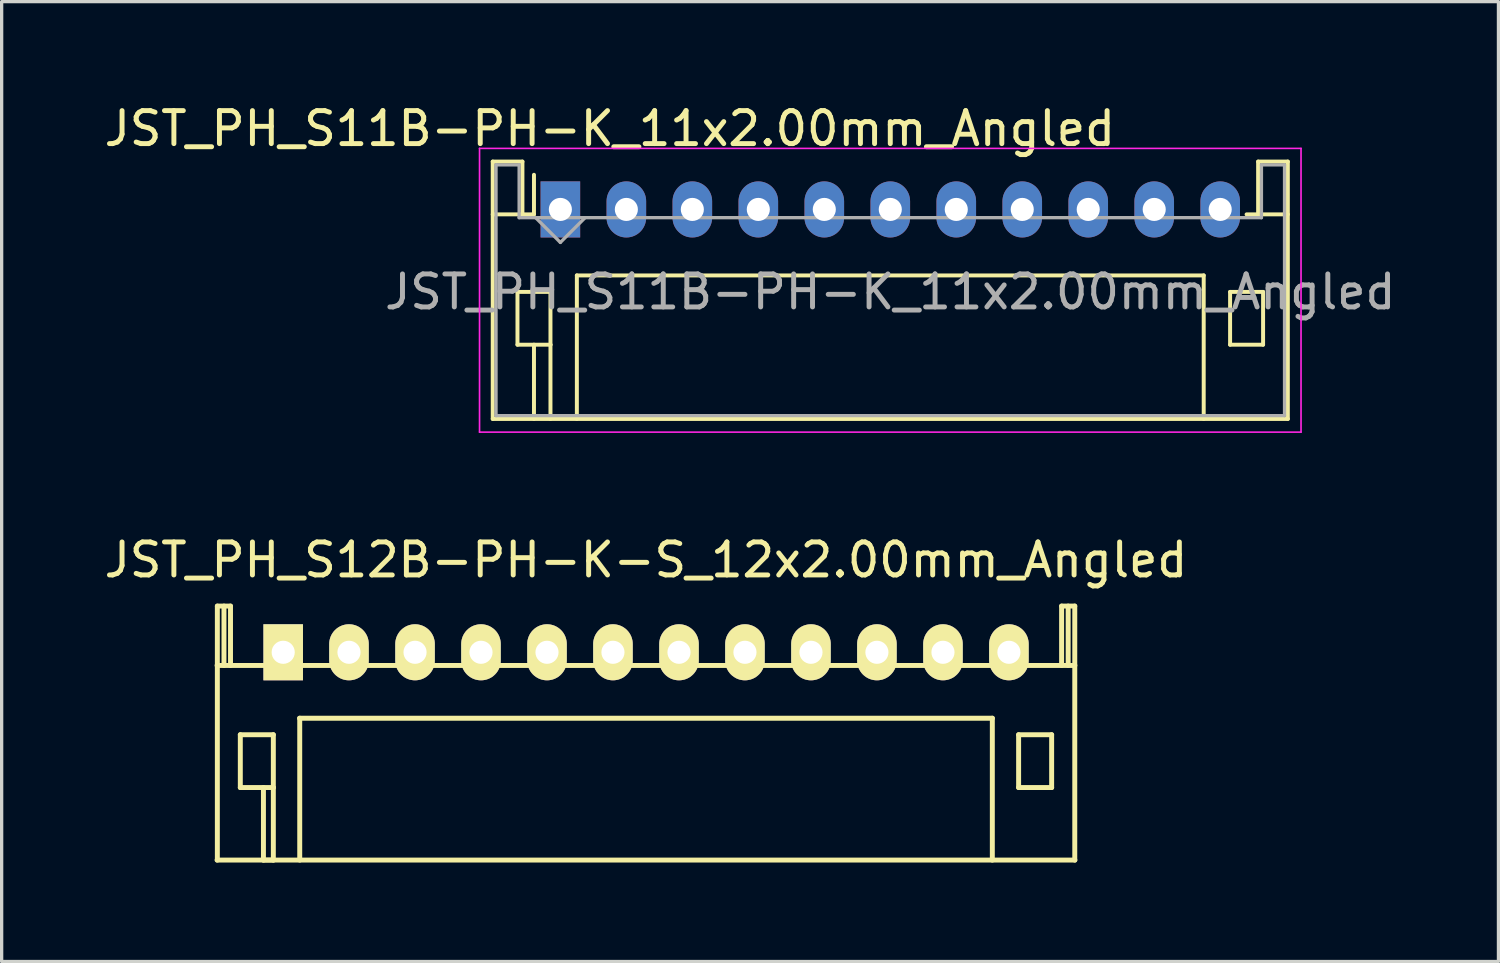
<source format=kicad_pcb>
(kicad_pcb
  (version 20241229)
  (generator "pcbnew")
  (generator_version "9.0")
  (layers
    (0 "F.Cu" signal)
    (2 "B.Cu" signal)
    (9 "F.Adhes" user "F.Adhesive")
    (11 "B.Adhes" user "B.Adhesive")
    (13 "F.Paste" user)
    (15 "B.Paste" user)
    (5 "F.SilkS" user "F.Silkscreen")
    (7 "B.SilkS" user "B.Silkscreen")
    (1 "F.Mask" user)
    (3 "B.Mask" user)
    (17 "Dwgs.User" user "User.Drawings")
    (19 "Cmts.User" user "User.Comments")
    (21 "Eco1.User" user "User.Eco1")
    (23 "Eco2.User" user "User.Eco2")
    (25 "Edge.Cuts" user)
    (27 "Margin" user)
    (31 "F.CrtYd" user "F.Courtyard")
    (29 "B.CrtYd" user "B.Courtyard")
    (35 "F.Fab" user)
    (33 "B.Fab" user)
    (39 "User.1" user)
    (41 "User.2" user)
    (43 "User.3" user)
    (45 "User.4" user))
  (footprint "JST_PH_S11B-PH-K_11x2.00mm_Angled"
    (layer "F.Cu")
    (at 13.935 3.298)
    (property "Reference" "JST_PH_S11B-PH-K_11x2.00mm_Angled" (at 1.5 -2.45 0) (layer "F.SilkS") (effects (font (size 1 1) (thickness 0.15))))
    (attr through_hole)
    (fp_line (start -2.05 -1.45) (end -2.05 6.35) (stroke (width 0.12) (type solid)) (layer "F.SilkS"))
    (fp_line (start -2.05 0.15) (end -1.15 0.15) (stroke (width 0.12) (type solid)) (layer "F.SilkS"))
    (fp_line (start -2.05 6.35) (end 22.05 6.35) (stroke (width 0.12) (type solid)) (layer "F.SilkS"))
    (fp_line (start -1.3 2.5) (end -1.3 4.1) (stroke (width 0.12) (type solid)) (layer "F.SilkS"))
    (fp_line (start -1.3 4.1) (end -0.3 4.1) (stroke (width 0.12) (type solid)) (layer "F.SilkS"))
    (fp_line (start -1.15 -1.45) (end -2.05 -1.45) (stroke (width 0.12) (type solid)) (layer "F.SilkS"))
    (fp_line (start -1.15 0.15) (end -1.15 -1.45) (stroke (width 0.12) (type solid)) (layer "F.SilkS"))
    (fp_line (start -0.8 0.15) (end -1.15 0.15) (stroke (width 0.12) (type solid)) (layer "F.SilkS"))
    (fp_line (start -0.8 0.15) (end -0.8 -1.05) (stroke (width 0.12) (type solid)) (layer "F.SilkS"))
    (fp_line (start -0.8 4.1) (end -0.8 6.35) (stroke (width 0.12) (type solid)) (layer "F.SilkS"))
    (fp_line (start -0.3 2.5) (end -1.3 2.5) (stroke (width 0.12) (type solid)) (layer "F.SilkS"))
    (fp_line (start -0.3 4.1) (end -0.3 2.5) (stroke (width 0.12) (type solid)) (layer "F.SilkS"))
    (fp_line (start -0.3 4.1) (end -0.3 6.35) (stroke (width 0.12) (type solid)) (layer "F.SilkS"))
    (fp_line (start 0.5 2) (end 19.5 2) (stroke (width 0.12) (type solid)) (layer "F.SilkS"))
    (fp_line (start 0.5 6.35) (end 0.5 2) (stroke (width 0.12) (type solid)) (layer "F.SilkS"))
    (fp_line (start 19.5 2) (end 19.5 6.35) (stroke (width 0.12) (type solid)) (layer "F.SilkS"))
    (fp_line (start 20.3 2.5) (end 21.3 2.5) (stroke (width 0.12) (type solid)) (layer "F.SilkS"))
    (fp_line (start 20.3 4.1) (end 20.3 2.5) (stroke (width 0.12) (type solid)) (layer "F.SilkS"))
    (fp_line (start 21.15 -1.45) (end 21.15 0.15) (stroke (width 0.12) (type solid)) (layer "F.SilkS"))
    (fp_line (start 21.15 0.15) (end 20.8 0.15) (stroke (width 0.12) (type solid)) (layer "F.SilkS"))
    (fp_line (start 21.3 2.5) (end 21.3 4.1) (stroke (width 0.12) (type solid)) (layer "F.SilkS"))
    (fp_line (start 21.3 4.1) (end 20.3 4.1) (stroke (width 0.12) (type solid)) (layer "F.SilkS"))
    (fp_line (start 22.05 -1.45) (end 21.15 -1.45) (stroke (width 0.12) (type solid)) (layer "F.SilkS"))
    (fp_line (start 22.05 0.15) (end 21.15 0.15) (stroke (width 0.12) (type solid)) (layer "F.SilkS"))
    (fp_line (start 22.05 6.35) (end 22.05 -1.45) (stroke (width 0.12) (type solid)) (layer "F.SilkS"))
    (fp_line (start -2.45 -1.85) (end -2.45 6.75) (stroke (width 0.05) (type solid)) (layer "F.CrtYd"))
    (fp_line (start -2.45 6.75) (end 22.45 6.75) (stroke (width 0.05) (type solid)) (layer "F.CrtYd"))
    (fp_line (start 22.45 -1.85) (end -2.45 -1.85) (stroke (width 0.05) (type solid)) (layer "F.CrtYd"))
    (fp_line (start 22.45 6.75) (end 22.45 -1.85) (stroke (width 0.05) (type solid)) (layer "F.CrtYd"))
    (fp_line (start -1.95 -1.35) (end -1.95 6.25) (stroke (width 0.1) (type solid)) (layer "F.Fab"))
    (fp_line (start -1.95 6.25) (end 21.95 6.25) (stroke (width 0.1) (type solid)) (layer "F.Fab"))
    (fp_line (start -1.25 -1.35) (end -1.95 -1.35) (stroke (width 0.1) (type solid)) (layer "F.Fab"))
    (fp_line (start -1.25 0.25) (end -1.25 -1.35) (stroke (width 0.1) (type solid)) (layer "F.Fab"))
    (fp_line (start -0.75 0.25) (end 0 1) (stroke (width 0.1) (type solid)) (layer "F.Fab"))
    (fp_line (start 0 1) (end 0.75 0.25) (stroke (width 0.1) (type solid)) (layer "F.Fab"))
    (fp_line (start 21.25 -1.35) (end 21.25 0.25) (stroke (width 0.1) (type solid)) (layer "F.Fab"))
    (fp_line (start 21.25 0.25) (end -1.25 0.25) (stroke (width 0.1) (type solid)) (layer "F.Fab"))
    (fp_line (start 21.95 -1.35) (end 21.25 -1.35) (stroke (width 0.1) (type solid)) (layer "F.Fab"))
    (fp_line (start 21.95 6.25) (end 21.95 -1.35) (stroke (width 0.1) (type solid)) (layer "F.Fab"))
    (fp_text user "${REFERENCE}" (at 10 2.5 0) (layer "F.Fab") (effects (font (size 1 1) (thickness 0.15))))
    (pad "1" thru_hole rect (at 0 0) (size 1.2 1.7) (drill 0.7) (layers "*.Cu" "*.Mask"))
    (pad "2" thru_hole oval (at 2 0) (size 1.2 1.7) (drill 0.7) (layers "*.Cu" "*.Mask"))
    (pad "3" thru_hole oval (at 4 0) (size 1.2 1.7) (drill 0.7) (layers "*.Cu" "*.Mask"))
    (pad "4" thru_hole oval (at 6 0) (size 1.2 1.7) (drill 0.7) (layers "*.Cu" "*.Mask"))
    (pad "5" thru_hole oval (at 8 0) (size 1.2 1.7) (drill 0.7) (layers "*.Cu" "*.Mask"))
    (pad "6" thru_hole oval (at 10 0) (size 1.2 1.7) (drill 0.7) (layers "*.Cu" "*.Mask"))
    (pad "7" thru_hole oval (at 12 0) (size 1.2 1.7) (drill 0.7) (layers "*.Cu" "*.Mask"))
    (pad "8" thru_hole oval (at 14 0) (size 1.2 1.7) (drill 0.7) (layers "*.Cu" "*.Mask"))
    (pad "9" thru_hole oval (at 16 0) (size 1.2 1.7) (drill 0.7) (layers "*.Cu" "*.Mask"))
    (pad "10" thru_hole oval (at 18 0) (size 1.2 1.7) (drill 0.7) (layers "*.Cu" "*.Mask"))
    (pad "11" thru_hole oval (at 20 0) (size 1.2 1.7) (drill 0.7) (layers "*.Cu" "*.Mask")))
  (footprint "JST_PH_S12B-PH-K-S_12x2.00mm_Angled"
    (layer "F.Cu")
    (at 5.53 16.721)
    (property "Reference" "JST_PH_S12B-PH-K-S_12x2.00mm_Angled" (at 11 -2.799 0) (layer "F.SilkS") (effects (font (size 1 1) (thickness 0.15))))
    (attr through_hole)
    (fp_line (start -2 0.399) (end 24 0.399) (stroke (width 0.15) (type solid)) (layer "F.SilkS"))
    (fp_line (start -2 6.299) (end 24 6.299) (stroke (width 0.15) (type solid)) (layer "F.SilkS"))
    (fp_line (start -1.992 -1.4) (end -1.992 6.299) (stroke (width 0.15) (type solid)) (layer "F.SilkS"))
    (fp_line (start -1.791 -1.4) (end -1.791 0.399) (stroke (width 0.15) (type solid)) (layer "F.SilkS"))
    (fp_line (start -1.593 -1.4) (end -1.992 -1.4) (stroke (width 0.15) (type solid)) (layer "F.SilkS"))
    (fp_line (start -1.593 0.399) (end -1.593 -1.4) (stroke (width 0.15) (type solid)) (layer "F.SilkS"))
    (fp_line (start -1.296 2.499) (end -0.295 2.499) (stroke (width 0.15) (type solid)) (layer "F.SilkS"))
    (fp_line (start -1.296 4.1) (end -1.296 2.499) (stroke (width 0.15) (type solid)) (layer "F.SilkS"))
    (fp_line (start -0.595 6.299) (end -0.595 4.1) (stroke (width 0.15) (type solid)) (layer "F.SilkS"))
    (fp_line (start -0.295 2.499) (end -0.295 4.1) (stroke (width 0.15) (type solid)) (layer "F.SilkS"))
    (fp_line (start -0.295 4.1) (end -1.296 4.1) (stroke (width 0.15) (type solid)) (layer "F.SilkS"))
    (fp_line (start -0.295 4.1) (end -0.295 6.299) (stroke (width 0.15) (type solid)) (layer "F.SilkS"))
    (fp_line (start -0.295 6.299) (end -0.595 6.299) (stroke (width 0.15) (type solid)) (layer "F.SilkS"))
    (fp_line (start 0.505 1.999) (end 0.505 6.299) (stroke (width 0.15) (type solid)) (layer "F.SilkS"))
    (fp_line (start 21.498 1.999) (end 21.498 6.299) (stroke (width 0.15) (type solid)) (layer "F.SilkS"))
    (fp_line (start 21.5 1.999) (end 0.5 1.999) (stroke (width 0.15) (type solid)) (layer "F.SilkS"))
    (fp_line (start 22.295 2.499) (end 23.296 2.499) (stroke (width 0.15) (type solid)) (layer "F.SilkS"))
    (fp_line (start 22.295 4.1) (end 22.295 2.499) (stroke (width 0.15) (type solid)) (layer "F.SilkS"))
    (fp_line (start 23.296 2.499) (end 23.296 4.1) (stroke (width 0.15) (type solid)) (layer "F.SilkS"))
    (fp_line (start 23.296 4.1) (end 22.295 4.1) (stroke (width 0.15) (type solid)) (layer "F.SilkS"))
    (fp_line (start 23.598 -1.4) (end 23.598 0.399) (stroke (width 0.15) (type solid)) (layer "F.SilkS"))
    (fp_line (start 23.797 -1.4) (end 23.797 0.399) (stroke (width 0.15) (type solid)) (layer "F.SilkS"))
    (fp_line (start 23.997 -1.4) (end 23.598 -1.4) (stroke (width 0.15) (type solid)) (layer "F.SilkS"))
    (fp_line (start 23.997 6.299) (end 23.997 -1.4) (stroke (width 0.15) (type solid)) (layer "F.SilkS"))
    (pad "1" thru_hole rect (at 0.004 0) (size 1.199 1.699) (drill 0.701) (layers "*.Cu" "*.Mask" "F.SilkS"))
    (pad "2" thru_hole oval (at 1.998 0) (size 1.199 1.699) (drill 0.701) (layers "*.Cu" "*.Mask" "F.SilkS"))
    (pad "3" thru_hole oval (at 4 0) (size 1.199 1.699) (drill 0.701) (layers "*.Cu" "*.Mask" "F.SilkS"))
    (pad "4" thru_hole oval (at 5.999 0) (size 1.199 1.699) (drill 0.701) (layers "*.Cu" "*.Mask" "F.SilkS"))
    (pad "5" thru_hole oval (at 8 0) (size 1.199 1.699) (drill 0.701) (layers "*.Cu" "*.Mask" "F.SilkS"))
    (pad "6" thru_hole oval (at 9.999 0) (size 1.199 1.699) (drill 0.701) (layers "*.Cu" "*.Mask" "F.SilkS"))
    (pad "7" thru_hole oval (at 12.001 0) (size 1.199 1.699) (drill 0.701) (layers "*.Cu" "*.Mask" "F.SilkS"))
    (pad "8" thru_hole oval (at 14 0) (size 1.199 1.699) (drill 0.701) (layers "*.Cu" "*.Mask" "F.SilkS"))
    (pad "9" thru_hole oval (at 16.001 0) (size 1.199 1.699) (drill 0.701) (layers "*.Cu" "*.Mask" "F.SilkS"))
    (pad "10" thru_hole oval (at 18 0) (size 1.199 1.699) (drill 0.701) (layers "*.Cu" "*.Mask" "F.SilkS"))
    (pad "11" thru_hole oval (at 20.002 0) (size 1.199 1.699) (drill 0.701) (layers "*.Cu" "*.Mask" "F.SilkS"))
    (pad "12" thru_hole oval (at 22.001 0) (size 1.199 1.699) (drill 0.701) (layers "*.Cu" "*.Mask" "F.SilkS")))
  (gr_rect
    (start -3 -3)
    (end 42.369 26.095)
    (stroke (width 0.1) (type default))
    (fill no)
    (layer "Edge.Cuts")))
</source>
